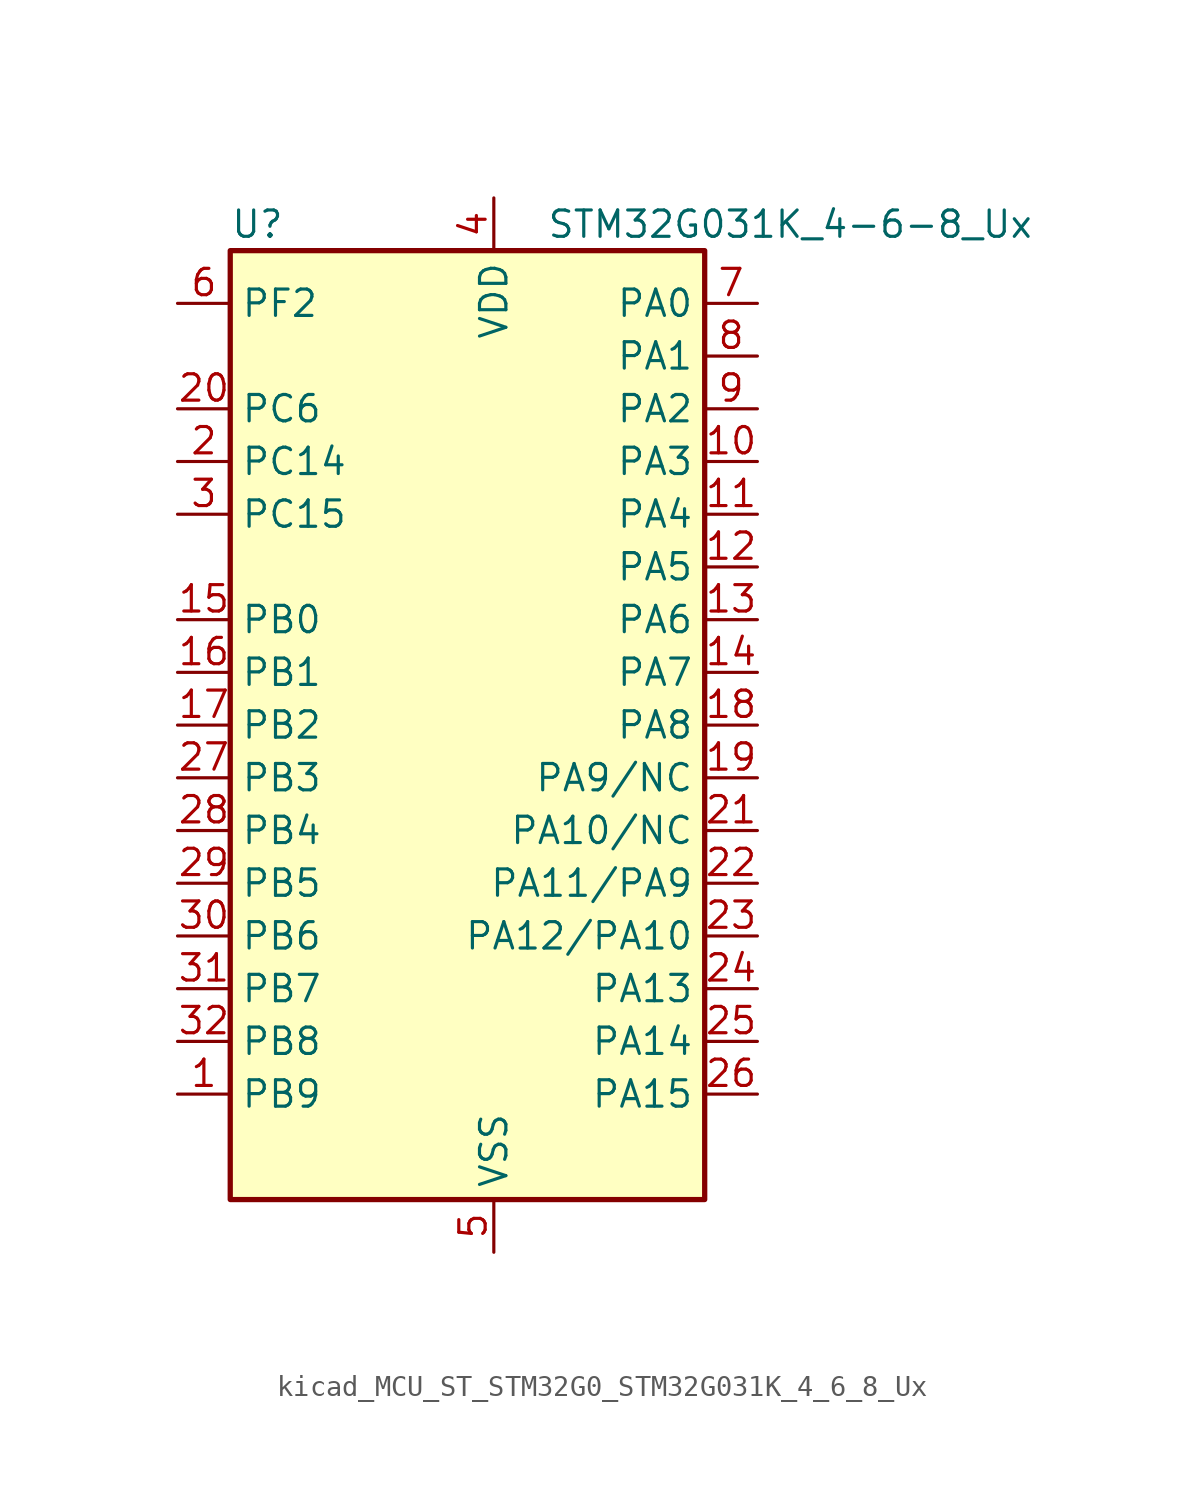
<source format=kicad_sym>
(kicad_symbol_lib
  (version 20220914)
  (generator kicad_symbol_editor)
  (symbol "kicad_MCU_ST_STM32G0_STM32G031K_4_6_8_Ux"
    (property "Reference" "U"
      (at -10.16 24.13 0)
      (effects (font (size 1.27 1.27)) (justify left)))
    (property "Value" "STM32G031K_4-6-8_Ux"
      (at 5.08 24.13 0)
      (effects (font (size 1.27 1.27)) (justify left)))
    (property "ki_locked" ""
      (at 0 0 0)
      (effects (font (size 1.27 1.27))))
    (symbol "kicad_MCU_ST_STM32G0_STM32G031K_4_6_8_Ux_0_1"
      (rectangle (start -10.16 -22.86) (end 12.7 22.86) (stroke (width 0.254) (type default)) (fill (type background))))
    (symbol "kicad_MCU_ST_STM32G0_STM32G031K_4_6_8_Ux_1_1"
      (pin bidirectional line (at -12.7 -17.78 0) (length 2.54) (name "PB9" (effects (font (size 1.27 1.27)))) (number "1" (effects (font (size 1.27 1.27)))) (alternate "I2C1_SDA" bidirectional line) (alternate "IR_OUT" bidirectional line) (alternate "SPI2_NSS" bidirectional line) (alternate "TIM17_CH1" bidirectional line))
      (pin bidirectional line (at 15.24 12.7 180) (length 2.54) (name "PA3" (effects (font (size 1.27 1.27)))) (number "10" (effects (font (size 1.27 1.27)))) (alternate "ADC1_IN3" bidirectional line) (alternate "LPUART1_RX" bidirectional line) (alternate "SPI2_MISO" bidirectional line) (alternate "TIM2_CH4" bidirectional line) (alternate "USART2_RX" bidirectional line))
      (pin bidirectional line (at 15.24 10.16 180) (length 2.54) (name "PA4" (effects (font (size 1.27 1.27)))) (number "11" (effects (font (size 1.27 1.27)))) (alternate "ADC1_IN4" bidirectional line) (alternate "I2S1_WS" bidirectional line) (alternate "LPTIM2_OUT" bidirectional line) (alternate "RTC_OUT_ALARM" bidirectional line) (alternate "RTC_OUT_CALIB" bidirectional line) (alternate "RTC_TAMP_IN1" bidirectional line) (alternate "RTC_TS" bidirectional line) (alternate "SPI1_NSS" bidirectional line) (alternate "SPI2_MOSI" bidirectional line) (alternate "SYS_WKUP2" bidirectional line) (alternate "TIM14_CH1" bidirectional line))
      (pin bidirectional line (at 15.24 7.62 180) (length 2.54) (name "PA5" (effects (font (size 1.27 1.27)))) (number "12" (effects (font (size 1.27 1.27)))) (alternate "ADC1_IN5" bidirectional line) (alternate "I2S1_CK" bidirectional line) (alternate "LPTIM2_ETR" bidirectional line) (alternate "SPI1_SCK" bidirectional line) (alternate "TIM2_CH1" bidirectional line) (alternate "TIM2_ETR" bidirectional line))
      (pin bidirectional line (at 15.24 5.08 180) (length 2.54) (name "PA6" (effects (font (size 1.27 1.27)))) (number "13" (effects (font (size 1.27 1.27)))) (alternate "ADC1_IN6" bidirectional line) (alternate "I2S1_MCK" bidirectional line) (alternate "LPUART1_CTS" bidirectional line) (alternate "SPI1_MISO" bidirectional line) (alternate "TIM16_CH1" bidirectional line) (alternate "TIM1_BK" bidirectional line) (alternate "TIM3_CH1" bidirectional line))
      (pin bidirectional line (at 15.24 2.54 180) (length 2.54) (name "PA7" (effects (font (size 1.27 1.27)))) (number "14" (effects (font (size 1.27 1.27)))) (alternate "ADC1_IN7" bidirectional line) (alternate "I2S1_SD" bidirectional line) (alternate "SPI1_MOSI" bidirectional line) (alternate "TIM14_CH1" bidirectional line) (alternate "TIM17_CH1" bidirectional line) (alternate "TIM1_CH1N" bidirectional line) (alternate "TIM3_CH2" bidirectional line))
      (pin bidirectional line (at -12.7 5.08 0) (length 2.54) (name "PB0" (effects (font (size 1.27 1.27)))) (number "15" (effects (font (size 1.27 1.27)))) (alternate "ADC1_IN8" bidirectional line) (alternate "I2S1_WS" bidirectional line) (alternate "LPTIM1_OUT" bidirectional line) (alternate "SPI1_NSS" bidirectional line) (alternate "TIM1_CH2N" bidirectional line) (alternate "TIM3_CH3" bidirectional line))
      (pin bidirectional line (at -12.7 2.54 0) (length 2.54) (name "PB1" (effects (font (size 1.27 1.27)))) (number "16" (effects (font (size 1.27 1.27)))) (alternate "ADC1_IN9" bidirectional line) (alternate "LPTIM2_IN1" bidirectional line) (alternate "LPUART1_DE" bidirectional line) (alternate "LPUART1_RTS" bidirectional line) (alternate "TIM14_CH1" bidirectional line) (alternate "TIM1_CH3N" bidirectional line) (alternate "TIM3_CH4" bidirectional line))
      (pin bidirectional line (at -12.7 0 0) (length 2.54) (name "PB2" (effects (font (size 1.27 1.27)))) (number "17" (effects (font (size 1.27 1.27)))) (alternate "ADC1_IN10" bidirectional line) (alternate "LPTIM1_OUT" bidirectional line) (alternate "SPI2_MISO" bidirectional line))
      (pin bidirectional line (at 15.24 0 180) (length 2.54) (name "PA8" (effects (font (size 1.27 1.27)))) (number "18" (effects (font (size 1.27 1.27)))) (alternate "LPTIM2_OUT" bidirectional line) (alternate "RCC_MCO" bidirectional line) (alternate "SPI2_NSS" bidirectional line) (alternate "TIM1_CH1" bidirectional line))
      (pin bidirectional line (at 15.24 -2.54 180) (length 2.54) (name "PA9/NC" (effects (font (size 1.27 1.27)))) (number "19" (effects (font (size 1.27 1.27)))) (alternate "I2C1_SCL" bidirectional line) (alternate "RCC_MCO" bidirectional line) (alternate "SPI2_MISO" bidirectional line) (alternate "TIM1_CH2" bidirectional line) (alternate "USART1_TX" bidirectional line))
      (pin bidirectional line (at -12.7 12.7 0) (length 2.54) (name "PC14" (effects (font (size 1.27 1.27)))) (number "2" (effects (font (size 1.27 1.27)))) (alternate "RCC_OSC32_IN" bidirectional line) (alternate "RCC_OSC_IN" bidirectional line) (alternate "TIM1_BK2" bidirectional line))
      (pin bidirectional line (at -12.7 15.24 0) (length 2.54) (name "PC6" (effects (font (size 1.27 1.27)))) (number "20" (effects (font (size 1.27 1.27)))) (alternate "TIM2_CH3" bidirectional line) (alternate "TIM3_CH1" bidirectional line))
      (pin bidirectional line (at 15.24 -5.08 180) (length 2.54) (name "PA10/NC" (effects (font (size 1.27 1.27)))) (number "21" (effects (font (size 1.27 1.27)))) (alternate "I2C1_SDA" bidirectional line) (alternate "SPI2_MOSI" bidirectional line) (alternate "TIM17_BK" bidirectional line) (alternate "TIM1_CH3" bidirectional line) (alternate "USART1_RX" bidirectional line))
      (pin bidirectional line (at 15.24 -7.62 180) (length 2.54) (name "PA11/PA9" (effects (font (size 1.27 1.27)))) (number "22" (effects (font (size 1.27 1.27)))) (alternate "ADC1_EXTI11" bidirectional line) (alternate "ADC1_IN15" bidirectional line) (alternate "I2C2_SCL" bidirectional line) (alternate "I2S1_MCK" bidirectional line) (alternate "SPI1_MISO" bidirectional line) (alternate "TIM1_BK2" bidirectional line) (alternate "TIM1_CH4" bidirectional line) (alternate "USART1_CTS" bidirectional line) (alternate "USART1_NSS" bidirectional line))
      (pin bidirectional line (at 15.24 -10.16 180) (length 2.54) (name "PA12/PA10" (effects (font (size 1.27 1.27)))) (number "23" (effects (font (size 1.27 1.27)))) (alternate "ADC1_IN16" bidirectional line) (alternate "I2C2_SDA" bidirectional line) (alternate "I2S1_SD" bidirectional line) (alternate "I2S_CKIN" bidirectional line) (alternate "SPI1_MOSI" bidirectional line) (alternate "TIM1_ETR" bidirectional line) (alternate "USART1_CK" bidirectional line) (alternate "USART1_DE" bidirectional line) (alternate "USART1_RTS" bidirectional line))
      (pin bidirectional line (at 15.24 -12.7 180) (length 2.54) (name "PA13" (effects (font (size 1.27 1.27)))) (number "24" (effects (font (size 1.27 1.27)))) (alternate "ADC1_IN17" bidirectional line) (alternate "IR_OUT" bidirectional line) (alternate "SYS_SWDIO" bidirectional line))
      (pin bidirectional line (at 15.24 -15.24 180) (length 2.54) (name "PA14" (effects (font (size 1.27 1.27)))) (number "25" (effects (font (size 1.27 1.27)))) (alternate "ADC1_IN18" bidirectional line) (alternate "SYS_SWCLK" bidirectional line) (alternate "USART2_TX" bidirectional line))
      (pin bidirectional line (at 15.24 -17.78 180) (length 2.54) (name "PA15" (effects (font (size 1.27 1.27)))) (number "26" (effects (font (size 1.27 1.27)))) (alternate "I2S1_WS" bidirectional line) (alternate "SPI1_NSS" bidirectional line) (alternate "TIM2_CH1" bidirectional line) (alternate "TIM2_ETR" bidirectional line) (alternate "USART2_RX" bidirectional line))
      (pin bidirectional line (at -12.7 -2.54 0) (length 2.54) (name "PB3" (effects (font (size 1.27 1.27)))) (number "27" (effects (font (size 1.27 1.27)))) (alternate "I2S1_CK" bidirectional line) (alternate "SPI1_SCK" bidirectional line) (alternate "TIM1_CH2" bidirectional line) (alternate "TIM2_CH2" bidirectional line) (alternate "USART1_CK" bidirectional line) (alternate "USART1_DE" bidirectional line) (alternate "USART1_RTS" bidirectional line))
      (pin bidirectional line (at -12.7 -5.08 0) (length 2.54) (name "PB4" (effects (font (size 1.27 1.27)))) (number "28" (effects (font (size 1.27 1.27)))) (alternate "I2S1_MCK" bidirectional line) (alternate "SPI1_MISO" bidirectional line) (alternate "TIM17_BK" bidirectional line) (alternate "TIM3_CH1" bidirectional line) (alternate "USART1_CTS" bidirectional line) (alternate "USART1_NSS" bidirectional line))
      (pin bidirectional line (at -12.7 -7.62 0) (length 2.54) (name "PB5" (effects (font (size 1.27 1.27)))) (number "29" (effects (font (size 1.27 1.27)))) (alternate "I2C1_SMBA" bidirectional line) (alternate "I2S1_SD" bidirectional line) (alternate "LPTIM1_IN1" bidirectional line) (alternate "SPI1_MOSI" bidirectional line) (alternate "SYS_WKUP6" bidirectional line) (alternate "TIM16_BK" bidirectional line) (alternate "TIM3_CH2" bidirectional line))
      (pin bidirectional line (at -12.7 10.16 0) (length 2.54) (name "PC15" (effects (font (size 1.27 1.27)))) (number "3" (effects (font (size 1.27 1.27)))) (alternate "RCC_OSC32_EN" bidirectional line) (alternate "RCC_OSC32_OUT" bidirectional line) (alternate "RCC_OSC_EN" bidirectional line))
      (pin bidirectional line (at -12.7 -10.16 0) (length 2.54) (name "PB6" (effects (font (size 1.27 1.27)))) (number "30" (effects (font (size 1.27 1.27)))) (alternate "I2C1_SCL" bidirectional line) (alternate "LPTIM1_ETR" bidirectional line) (alternate "SPI2_MISO" bidirectional line) (alternate "TIM16_CH1N" bidirectional line) (alternate "TIM1_CH3" bidirectional line) (alternate "USART1_TX" bidirectional line))
      (pin bidirectional line (at -12.7 -12.7 0) (length 2.54) (name "PB7" (effects (font (size 1.27 1.27)))) (number "31" (effects (font (size 1.27 1.27)))) (alternate "ADC1_IN11" bidirectional line) (alternate "I2C1_SDA" bidirectional line) (alternate "LPTIM1_IN2" bidirectional line) (alternate "SPI2_MOSI" bidirectional line) (alternate "SYS_PVD_IN" bidirectional line) (alternate "TIM17_CH1N" bidirectional line) (alternate "USART1_RX" bidirectional line))
      (pin bidirectional line (at -12.7 -15.24 0) (length 2.54) (name "PB8" (effects (font (size 1.27 1.27)))) (number "32" (effects (font (size 1.27 1.27)))) (alternate "I2C1_SCL" bidirectional line) (alternate "SPI2_SCK" bidirectional line) (alternate "TIM16_CH1" bidirectional line))
      (pin passive line (at 2.54 -25.4 90) (length 2.54) hide (name "VSS" (effects (font (size 1.27 1.27)))) (number "33" (effects (font (size 1.27 1.27)))))
      (pin power_in line (at 2.54 25.4 270) (length 2.54) (name "VDD" (effects (font (size 1.27 1.27)))) (number "4" (effects (font (size 1.27 1.27)))))
      (pin power_in line (at 2.54 -25.4 90) (length 2.54) (name "VSS" (effects (font (size 1.27 1.27)))) (number "5" (effects (font (size 1.27 1.27)))))
      (pin bidirectional line (at -12.7 20.32 0) (length 2.54) (name "PF2" (effects (font (size 1.27 1.27)))) (number "6" (effects (font (size 1.27 1.27)))) (alternate "RCC_MCO" bidirectional line))
      (pin bidirectional line (at 15.24 20.32 180) (length 2.54) (name "PA0" (effects (font (size 1.27 1.27)))) (number "7" (effects (font (size 1.27 1.27)))) (alternate "ADC1_IN0" bidirectional line) (alternate "LPTIM1_OUT" bidirectional line) (alternate "RTC_TAMP_IN2" bidirectional line) (alternate "SPI2_SCK" bidirectional line) (alternate "SYS_WKUP1" bidirectional line) (alternate "TIM2_CH1" bidirectional line) (alternate "TIM2_ETR" bidirectional line) (alternate "USART2_CTS" bidirectional line) (alternate "USART2_NSS" bidirectional line))
      (pin bidirectional line (at 15.24 17.78 180) (length 2.54) (name "PA1" (effects (font (size 1.27 1.27)))) (number "8" (effects (font (size 1.27 1.27)))) (alternate "ADC1_IN1" bidirectional line) (alternate "I2C1_SMBA" bidirectional line) (alternate "I2S1_CK" bidirectional line) (alternate "SPI1_SCK" bidirectional line) (alternate "TIM2_CH2" bidirectional line) (alternate "USART2_CK" bidirectional line) (alternate "USART2_DE" bidirectional line) (alternate "USART2_RTS" bidirectional line))
      (pin bidirectional line (at 15.24 15.24 180) (length 2.54) (name "PA2" (effects (font (size 1.27 1.27)))) (number "9" (effects (font (size 1.27 1.27)))) (alternate "ADC1_IN2" bidirectional line) (alternate "I2S1_SD" bidirectional line) (alternate "LPUART1_TX" bidirectional line) (alternate "RCC_LSCO" bidirectional line) (alternate "SPI1_MOSI" bidirectional line) (alternate "SYS_WKUP4" bidirectional line) (alternate "TIM2_CH3" bidirectional line) (alternate "USART2_TX" bidirectional line)))))
</source>
